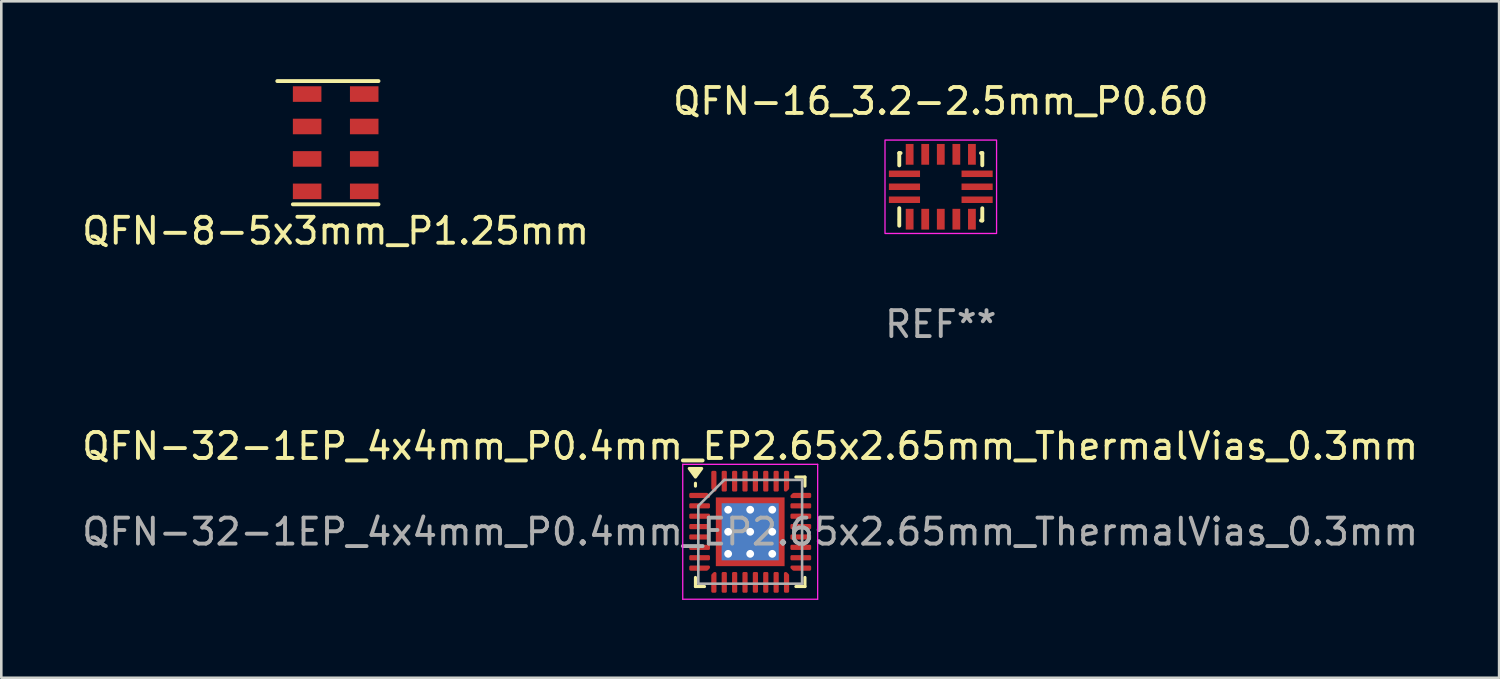
<source format=kicad_pcb>
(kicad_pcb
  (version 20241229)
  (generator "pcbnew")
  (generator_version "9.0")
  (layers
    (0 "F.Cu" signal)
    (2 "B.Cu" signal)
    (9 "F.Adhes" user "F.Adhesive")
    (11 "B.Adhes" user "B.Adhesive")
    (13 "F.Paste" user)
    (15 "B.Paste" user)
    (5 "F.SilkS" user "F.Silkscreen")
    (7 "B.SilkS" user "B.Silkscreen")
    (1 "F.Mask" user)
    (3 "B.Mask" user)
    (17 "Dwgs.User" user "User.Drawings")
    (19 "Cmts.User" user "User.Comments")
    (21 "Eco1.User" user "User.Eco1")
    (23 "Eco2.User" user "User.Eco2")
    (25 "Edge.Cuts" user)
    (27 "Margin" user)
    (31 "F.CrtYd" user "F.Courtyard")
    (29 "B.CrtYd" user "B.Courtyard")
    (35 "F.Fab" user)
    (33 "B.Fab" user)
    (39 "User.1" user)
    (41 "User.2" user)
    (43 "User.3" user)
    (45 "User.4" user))
  (footprint "QFN-8-5x3mm_P1.25mm"
    (layer "F.Cu")
    (at 9.887 2.45)
    (property "Reference" "QFN-8-5x3mm_P1.25mm" (at 0 3.4 0) (layer "F.SilkS") (effects (font (size 1 1) (thickness 0.15))))
    (attr through_hole)
    (fp_line (start -2.25 -2.375) (end 1.65 -2.375) (stroke (width 0.15) (type solid)) (layer "F.SilkS"))
    (fp_line (start -1.65 2.375) (end 1.65 2.375) (stroke (width 0.15) (type solid)) (layer "F.SilkS"))
    (pad "1" smd rect (at -1.1 -1.875) (size 1.1 0.6) (layers "F.Cu" "F.Mask" "F.Paste"))
    (pad "2" smd rect (at -1.1 -0.625) (size 1.1 0.6) (layers "F.Cu" "F.Mask" "F.Paste"))
    (pad "3" smd rect (at -1.1 0.625) (size 1.1 0.6) (layers "F.Cu" "F.Mask" "F.Paste"))
    (pad "4" smd rect (at -1.1 1.875) (size 1.1 0.6) (layers "F.Cu" "F.Mask" "F.Paste"))
    (pad "5" smd rect (at 1.1 1.875) (size 1.1 0.6) (layers "F.Cu" "F.Mask" "F.Paste"))
    (pad "6" smd rect (at 1.1 0.625) (size 1.1 0.6) (layers "F.Cu" "F.Mask" "F.Paste"))
    (pad "7" smd rect (at 1.1 -0.625) (size 1.1 0.6) (layers "F.Cu" "F.Mask" "F.Paste"))
    (pad "8" smd rect (at 1.1 -1.875) (size 1.1 0.6) (layers "F.Cu" "F.Mask" "F.Paste")))
  (footprint "QFN-16_3.2-2.5mm_P0.60"
    (layer "F.Cu")
    (at 33.208 4.148)
    (property "Reference" "QFN-16_3.2-2.5mm_P0.60" (at 0 -3.3 0) (layer "F.SilkS") (effects (font (size 1 1) (thickness 0.15))))
    (attr through_hole)
    (fp_line (start -1.6 -1.3) (end -1.6 -0.825) (stroke (width 0.15) (type solid)) (layer "F.SilkS"))
    (fp_line (start -1.6 0.825) (end -1.6 1.5) (stroke (width 0.15) (type solid)) (layer "F.SilkS"))
    (fp_line (start -1.55 -1.3) (end -1.6 -1.3) (stroke (width 0.15) (type solid)) (layer "F.SilkS"))
    (fp_line (start 1.55 1.3) (end 1.6 1.3) (stroke (width 0.15) (type solid)) (layer "F.SilkS"))
    (fp_line (start 1.6 -1.3) (end 1.55 -1.3) (stroke (width 0.15) (type solid)) (layer "F.SilkS"))
    (fp_line (start 1.6 -0.829) (end 1.6 -1.3) (stroke (width 0.15) (type solid)) (layer "F.SilkS"))
    (fp_line (start 1.6 1.3) (end 1.6 0.829) (stroke (width 0.15) (type solid)) (layer "F.SilkS"))
    (fp_circle (center -1.6 1.25) (end -1.57 1.25) (stroke (width 0.06) (type solid)) (fill no) (layer "F.SilkS"))
    (fp_rect (start -2.15 -1.8) (end 2.15 1.8) (stroke (width 0.05) (type solid)) (fill no) (layer "F.CrtYd"))
    (fp_text user "REF**" (at 0 5.3 0) (layer "F.Fab") (effects (font (size 1 1) (thickness 0.15))))
    (pad "1" smd rect (at -1.2 1.25 270) (size 0.8 0.3) (layers "F.Cu" "F.Mask" "F.Paste"))
    (pad "2" smd rect (at -0.6 1.25 90) (size 0.8 0.3) (layers "F.Cu" "F.Mask" "F.Paste"))
    (pad "3" smd rect (at 0 1.25 90) (size 0.8 0.3) (layers "F.Cu" "F.Mask" "F.Paste"))
    (pad "4" smd rect (at 0.6 1.25 90) (size 0.8 0.3) (layers "F.Cu" "F.Mask" "F.Paste"))
    (pad "5" smd rect (at 1.2 1.25 270) (size 0.8 0.3) (layers "F.Cu" "F.Mask" "F.Paste"))
    (pad "6" smd rect (at 1.4 0.5) (size 1.2 0.25) (layers "F.Cu" "F.Mask" "F.Paste"))
    (pad "7" smd rect (at 1.4 0) (size 1.2 0.25) (layers "F.Cu" "F.Mask" "F.Paste"))
    (pad "8" smd rect (at 1.4 -0.5 180) (size 1.2 0.25) (layers "F.Cu" "F.Mask" "F.Paste"))
    (pad "9" smd rect (at 1.2 -1.25 90) (size 0.8 0.3) (layers "F.Cu" "F.Mask" "F.Paste"))
    (pad "10" smd rect (at 0.6 -1.25 270) (size 0.8 0.3) (layers "F.Cu" "F.Mask" "F.Paste"))
    (pad "11" smd rect (at 0 -1.25 270) (size 0.8 0.3) (layers "F.Cu" "F.Mask" "F.Paste"))
    (pad "12" smd rect (at -0.6 -1.25 270) (size 0.8 0.3) (layers "F.Cu" "F.Mask" "F.Paste"))
    (pad "13" smd rect (at -1.2 -1.25 270) (size 0.8 0.3) (layers "F.Cu" "F.Mask" "F.Paste"))
    (pad "14" smd rect (at -1.4 -0.5) (size 1.2 0.25) (layers "F.Cu" "F.Mask" "F.Paste"))
    (pad "15" smd rect (at -1.4 0) (size 1.2 0.25) (layers "F.Cu" "F.Mask" "F.Paste"))
    (pad "16" smd rect (at -1.4 0.5) (size 1.2 0.25) (layers "F.Cu" "F.Mask" "F.Paste")))
  (footprint "QFN-32-1EP_4x4mm_P0.4mm_EP2.65x2.65mm_ThermalVias_0.3mm"
    (layer "F.Cu")
    (at 25.863 17.445)
    (property "Reference" "QFN-32-1EP_4x4mm_P0.4mm_EP2.65x2.65mm_ThermalVias_0.3mm" (at 0 -3.3 0) (layer "F.SilkS") (effects (font (size 1 1) (thickness 0.15))))
    (attr smd)
    (fp_line (start -2.11 -1.76) (end -2.11 -1.87) (stroke (width 0.12) (type solid)) (layer "F.SilkS"))
    (fp_line (start -2.11 2.11) (end -2.11 1.76) (stroke (width 0.12) (type solid)) (layer "F.SilkS"))
    (fp_line (start -1.76 2.11) (end -2.11 2.11) (stroke (width 0.12) (type solid)) (layer "F.SilkS"))
    (fp_line (start 1.76 -2.11) (end 2.11 -2.11) (stroke (width 0.12) (type solid)) (layer "F.SilkS"))
    (fp_line (start 1.76 2.11) (end 2.11 2.11) (stroke (width 0.12) (type solid)) (layer "F.SilkS"))
    (fp_line (start 2.11 -2.11) (end 2.11 -1.76) (stroke (width 0.12) (type solid)) (layer "F.SilkS"))
    (fp_line (start 2.11 2.11) (end 2.11 1.76) (stroke (width 0.12) (type solid)) (layer "F.SilkS"))
    (fp_poly (pts (xy -2.11 -2.11) (xy -2.35 -2.44) (xy -1.87 -2.44) (xy -2.11 -2.11)) (stroke (width 0.12) (type solid)) (fill yes) (layer "F.SilkS"))
    (fp_line (start -2.6 -2.6) (end -2.6 2.6) (stroke (width 0.05) (type solid)) (layer "F.CrtYd"))
    (fp_line (start -2.6 2.6) (end 2.6 2.6) (stroke (width 0.05) (type solid)) (layer "F.CrtYd"))
    (fp_line (start 2.6 -2.6) (end -2.6 -2.6) (stroke (width 0.05) (type solid)) (layer "F.CrtYd"))
    (fp_line (start 2.6 2.6) (end 2.6 -2.6) (stroke (width 0.05) (type solid)) (layer "F.CrtYd"))
    (fp_line (start -2 -1) (end -1 -2) (stroke (width 0.1) (type solid)) (layer "F.Fab"))
    (fp_line (start -2 2) (end -2 -1) (stroke (width 0.1) (type solid)) (layer "F.Fab"))
    (fp_line (start -1 -2) (end 2 -2) (stroke (width 0.1) (type solid)) (layer "F.Fab"))
    (fp_line (start 2 -2) (end 2 2) (stroke (width 0.1) (type solid)) (layer "F.Fab"))
    (fp_line (start 2 2) (end -2 2) (stroke (width 0.1) (type solid)) (layer "F.Fab"))
    (fp_text user "${REFERENCE}" (at 0 0 0) (layer "F.Fab") (effects (font (size 1 1) (thickness 0.15))))
    (pad "" smd custom (at -1.087 -1.087) (size 0.248 0.248) (layers "F.Paste") (options (anchor circle)) (primitives (gr_poly (pts (xy -0.096 -0.096) (xy 0.096 -0.096) (xy 0.096 -0.039) (xy -0.039 0.096) (xy -0.096 0.096)) (width 0.191) (fill yes))))
    (pad "" smd custom (at -1.087 -0.425) (size 0.274 0.274) (layers "F.Paste") (options (anchor circle)) (primitives (gr_poly (pts (xy -0.096 -0.247) (xy -0.003 -0.247) (xy 0.096 -0.149) (xy 0.096 0.149) (xy -0.003 0.247) (xy -0.096 0.247)) (width 0.191) (fill yes))))
    (pad "" smd custom (at -1.087 0.425) (size 0.274 0.274) (layers "F.Paste") (options (anchor circle)) (primitives (gr_poly (pts (xy -0.096 -0.247) (xy -0.003 -0.247) (xy 0.096 -0.149) (xy 0.096 0.149) (xy -0.003 0.247) (xy -0.096 0.247)) (width 0.191) (fill yes))))
    (pad "" smd custom (at -1.087 1.087) (size 0.248 0.248) (layers "F.Paste") (options (anchor circle)) (primitives (gr_poly (pts (xy -0.096 -0.096) (xy -0.039 -0.096) (xy 0.096 0.039) (xy 0.096 0.096) (xy -0.096 0.096)) (width 0.191) (fill yes))))
    (pad "" smd custom (at -0.425 -1.087) (size 0.274 0.274) (layers "F.Paste") (options (anchor circle)) (primitives (gr_poly (pts (xy -0.247 -0.096) (xy 0.247 -0.096) (xy 0.247 -0.003) (xy 0.149 0.096) (xy -0.149 0.096) (xy -0.247 -0.003)) (width 0.191) (fill yes))))
    (pad "" smd custom (at -0.425 -0.425) (size 0.602 0.602) (layers "F.Paste") (options (anchor circle)) (primitives (gr_poly (pts (xy -0.259 -0.19) (xy -0.19 -0.259) (xy 0.19 -0.259) (xy 0.259 -0.19) (xy 0.259 0.19) (xy 0.19 0.259) (xy -0.19 0.259) (xy -0.259 0.19)) (width 0.167) (fill yes))))
    (pad "" smd custom (at -0.425 0.425) (size 0.602 0.602) (layers "F.Paste") (options (anchor circle)) (primitives (gr_poly (pts (xy -0.259 -0.19) (xy -0.19 -0.259) (xy 0.19 -0.259) (xy 0.259 -0.19) (xy 0.259 0.19) (xy 0.19 0.259) (xy -0.19 0.259) (xy -0.259 0.19)) (width 0.167) (fill yes))))
    (pad "" smd custom (at -0.425 1.087) (size 0.274 0.274) (layers "F.Paste") (options (anchor circle)) (primitives (gr_poly (pts (xy -0.247 0.003) (xy -0.149 -0.096) (xy 0.149 -0.096) (xy 0.247 0.003) (xy 0.247 0.096) (xy -0.247 0.096)) (width 0.191) (fill yes))))
    (pad "" smd custom (at 0.425 -1.087) (size 0.274 0.274) (layers "F.Paste") (options (anchor circle)) (primitives (gr_poly (pts (xy -0.247 -0.096) (xy 0.247 -0.096) (xy 0.247 -0.003) (xy 0.149 0.096) (xy -0.149 0.096) (xy -0.247 -0.003)) (width 0.191) (fill yes))))
    (pad "" smd custom (at 0.425 -0.425) (size 0.602 0.602) (layers "F.Paste") (options (anchor circle)) (primitives (gr_poly (pts (xy -0.259 -0.19) (xy -0.19 -0.259) (xy 0.19 -0.259) (xy 0.259 -0.19) (xy 0.259 0.19) (xy 0.19 0.259) (xy -0.19 0.259) (xy -0.259 0.19)) (width 0.167) (fill yes))))
    (pad "" smd custom (at 0.425 0.425) (size 0.602 0.602) (layers "F.Paste") (options (anchor circle)) (primitives (gr_poly (pts (xy -0.259 -0.19) (xy -0.19 -0.259) (xy 0.19 -0.259) (xy 0.259 -0.19) (xy 0.259 0.19) (xy 0.19 0.259) (xy -0.19 0.259) (xy -0.259 0.19)) (width 0.167) (fill yes))))
    (pad "" smd custom (at 0.425 1.087) (size 0.274 0.274) (layers "F.Paste") (options (anchor circle)) (primitives (gr_poly (pts (xy -0.247 0.003) (xy -0.149 -0.096) (xy 0.149 -0.096) (xy 0.247 0.003) (xy 0.247 0.096) (xy -0.247 0.096)) (width 0.191) (fill yes))))
    (pad "" smd custom (at 1.087 -1.087) (size 0.248 0.248) (layers "F.Paste") (options (anchor circle)) (primitives (gr_poly (pts (xy -0.096 -0.096) (xy 0.096 -0.096) (xy 0.096 0.096) (xy 0.039 0.096) (xy -0.096 -0.039)) (width 0.191) (fill yes))))
    (pad "" smd custom (at 1.087 -0.425) (size 0.274 0.274) (layers "F.Paste") (options (anchor circle)) (primitives (gr_poly (pts (xy -0.096 -0.149) (xy 0.003 -0.247) (xy 0.096 -0.247) (xy 0.096 0.247) (xy 0.003 0.247) (xy -0.096 0.149)) (width 0.191) (fill yes))))
    (pad "" smd custom (at 1.087 0.425) (size 0.274 0.274) (layers "F.Paste") (options (anchor circle)) (primitives (gr_poly (pts (xy -0.096 -0.149) (xy 0.003 -0.247) (xy 0.096 -0.247) (xy 0.096 0.247) (xy 0.003 0.247) (xy -0.096 0.149)) (width 0.191) (fill yes))))
    (pad "" smd custom (at 1.087 1.087) (size 0.248 0.248) (layers "F.Paste") (options (anchor circle)) (primitives (gr_poly (pts (xy -0.096 0.039) (xy 0.039 -0.096) (xy 0.096 -0.096) (xy 0.096 0.096) (xy -0.096 0.096)) (width 0.191) (fill yes))))
    (pad "1" smd custom (at -1.95 -1.4) (size 0.129 0.129) (layers "F.Cu" "F.Mask" "F.Paste") (options (anchor circle)) (primitives (gr_poly (pts (xy -0.35 -0.05) (xy 0.279 -0.05) (xy 0.35 0.021) (xy 0.35 0.05) (xy -0.35 0.05)) (width 0.1) (fill yes))))
    (pad "2" smd roundrect (at -1.95 -1) (size 0.8 0.2) (layers "F.Cu" "F.Mask" "F.Paste") (roundrect_rratio 0.25))
    (pad "3" smd roundrect (at -1.95 -0.6) (size 0.8 0.2) (layers "F.Cu" "F.Mask" "F.Paste") (roundrect_rratio 0.25))
    (pad "4" smd roundrect (at -1.95 -0.2) (size 0.8 0.2) (layers "F.Cu" "F.Mask" "F.Paste") (roundrect_rratio 0.25))
    (pad "5" smd roundrect (at -1.95 0.2) (size 0.8 0.2) (layers "F.Cu" "F.Mask" "F.Paste") (roundrect_rratio 0.25))
    (pad "6" smd roundrect (at -1.95 0.6) (size 0.8 0.2) (layers "F.Cu" "F.Mask" "F.Paste") (roundrect_rratio 0.25))
    (pad "7" smd roundrect (at -1.95 1) (size 0.8 0.2) (layers "F.Cu" "F.Mask" "F.Paste") (roundrect_rratio 0.25))
    (pad "8" smd custom (at -1.95 1.4) (size 0.129 0.129) (layers "F.Cu" "F.Mask" "F.Paste") (options (anchor circle)) (primitives (gr_poly (pts (xy -0.35 -0.05) (xy 0.35 -0.05) (xy 0.35 -0.021) (xy 0.279 0.05) (xy -0.35 0.05)) (width 0.1) (fill yes))))
    (pad "9" smd custom (at -1.4 1.95) (size 0.129 0.129) (layers "F.Cu" "F.Mask" "F.Paste") (options (anchor circle)) (primitives (gr_poly (pts (xy -0.05 -0.279) (xy 0.021 -0.35) (xy 0.05 -0.35) (xy 0.05 0.35) (xy -0.05 0.35)) (width 0.1) (fill yes))))
    (pad "10" smd roundrect (at -1 1.95) (size 0.2 0.8) (layers "F.Cu" "F.Mask" "F.Paste") (roundrect_rratio 0.25))
    (pad "11" smd roundrect (at -0.6 1.95) (size 0.2 0.8) (layers "F.Cu" "F.Mask" "F.Paste") (roundrect_rratio 0.25))
    (pad "12" smd roundrect (at -0.2 1.95) (size 0.2 0.8) (layers "F.Cu" "F.Mask" "F.Paste") (roundrect_rratio 0.25))
    (pad "13" smd roundrect (at 0.2 1.95) (size 0.2 0.8) (layers "F.Cu" "F.Mask" "F.Paste") (roundrect_rratio 0.25))
    (pad "14" smd roundrect (at 0.6 1.95) (size 0.2 0.8) (layers "F.Cu" "F.Mask" "F.Paste") (roundrect_rratio 0.25))
    (pad "15" smd roundrect (at 1 1.95) (size 0.2 0.8) (layers "F.Cu" "F.Mask" "F.Paste") (roundrect_rratio 0.25))
    (pad "16" smd custom (at 1.4 1.95) (size 0.129 0.129) (layers "F.Cu" "F.Mask" "F.Paste") (options (anchor circle)) (primitives (gr_poly (pts (xy -0.05 -0.35) (xy -0.021 -0.35) (xy 0.05 -0.279) (xy 0.05 0.35) (xy -0.05 0.35)) (width 0.1) (fill yes))))
    (pad "17" smd custom (at 1.95 1.4) (size 0.129 0.129) (layers "F.Cu" "F.Mask" "F.Paste") (options (anchor circle)) (primitives (gr_poly (pts (xy -0.35 -0.05) (xy 0.35 -0.05) (xy 0.35 0.05) (xy -0.279 0.05) (xy -0.35 -0.021)) (width 0.1) (fill yes))))
    (pad "18" smd roundrect (at 1.95 1) (size 0.8 0.2) (layers "F.Cu" "F.Mask" "F.Paste") (roundrect_rratio 0.25))
    (pad "19" smd roundrect (at 1.95 0.6) (size 0.8 0.2) (layers "F.Cu" "F.Mask" "F.Paste") (roundrect_rratio 0.25))
    (pad "20" smd roundrect (at 1.95 0.2) (size 0.8 0.2) (layers "F.Cu" "F.Mask" "F.Paste") (roundrect_rratio 0.25))
    (pad "21" smd roundrect (at 1.95 -0.2) (size 0.8 0.2) (layers "F.Cu" "F.Mask" "F.Paste") (roundrect_rratio 0.25))
    (pad "22" smd roundrect (at 1.95 -0.6) (size 0.8 0.2) (layers "F.Cu" "F.Mask" "F.Paste") (roundrect_rratio 0.25))
    (pad "23" smd roundrect (at 1.95 -1) (size 0.8 0.2) (layers "F.Cu" "F.Mask" "F.Paste") (roundrect_rratio 0.25))
    (pad "24" smd custom (at 1.95 -1.4) (size 0.129 0.129) (layers "F.Cu" "F.Mask" "F.Paste") (options (anchor circle)) (primitives (gr_poly (pts (xy -0.35 0.021) (xy -0.279 -0.05) (xy 0.35 -0.05) (xy 0.35 0.05) (xy -0.35 0.05)) (width 0.1) (fill yes))))
    (pad "25" smd custom (at 1.4 -1.95) (size 0.129 0.129) (layers "F.Cu" "F.Mask" "F.Paste") (options (anchor circle)) (primitives (gr_poly (pts (xy -0.05 -0.35) (xy 0.05 -0.35) (xy 0.05 0.279) (xy -0.021 0.35) (xy -0.05 0.35)) (width 0.1) (fill yes))))
    (pad "26" smd roundrect (at 1 -1.95) (size 0.2 0.8) (layers "F.Cu" "F.Mask" "F.Paste") (roundrect_rratio 0.25))
    (pad "27" smd roundrect (at 0.6 -1.95) (size 0.2 0.8) (layers "F.Cu" "F.Mask" "F.Paste") (roundrect_rratio 0.25))
    (pad "28" smd roundrect (at 0.2 -1.95) (size 0.2 0.8) (layers "F.Cu" "F.Mask" "F.Paste") (roundrect_rratio 0.25))
    (pad "29" smd roundrect (at -0.2 -1.95) (size 0.2 0.8) (layers "F.Cu" "F.Mask" "F.Paste") (roundrect_rratio 0.25))
    (pad "30" smd roundrect (at -0.6 -1.95) (size 0.2 0.8) (layers "F.Cu" "F.Mask" "F.Paste") (roundrect_rratio 0.25))
    (pad "31" smd roundrect (at -1 -1.95) (size 0.2 0.8) (layers "F.Cu" "F.Mask" "F.Paste") (roundrect_rratio 0.25))
    (pad "32" smd custom (at -1.4 -1.95) (size 0.129 0.129) (layers "F.Cu" "F.Mask" "F.Paste") (options (anchor circle)) (primitives (gr_poly (pts (xy -0.05 -0.35) (xy 0.05 -0.35) (xy 0.05 0.35) (xy 0.021 0.35) (xy -0.05 0.279)) (width 0.1) (fill yes))))
    (pad "33" thru_hole circle (at -0.85 -0.85) (size 0.45 0.45) (drill 0.3) (property pad_prop_heatsink) (layers "*.Cu"))
    (pad "33" thru_hole circle (at -0.85 0) (size 0.45 0.45) (drill 0.3) (property pad_prop_heatsink) (layers "*.Cu"))
    (pad "33" thru_hole circle (at -0.85 0.85) (size 0.45 0.45) (drill 0.3) (property pad_prop_heatsink) (layers "*.Cu"))
    (pad "33" thru_hole circle (at 0 -0.85) (size 0.45 0.45) (drill 0.3) (property pad_prop_heatsink) (layers "*.Cu"))
    (pad "33" thru_hole circle (at 0 0) (size 0.45 0.45) (drill 0.3) (property pad_prop_heatsink) (layers "*.Cu"))
    (pad "33" smd rect (at 0 0) (size 2.2 2.2) (property pad_prop_heatsink) (layers "B.Cu"))
    (pad "33" smd rect (at 0 0) (size 2.65 2.65) (property pad_prop_heatsink) (layers "F.Cu" "F.Mask"))
    (pad "33" thru_hole circle (at 0 0.85) (size 0.45 0.45) (drill 0.3) (property pad_prop_heatsink) (layers "*.Cu"))
    (pad "33" thru_hole circle (at 0.85 -0.85) (size 0.45 0.45) (drill 0.3) (property pad_prop_heatsink) (layers "*.Cu"))
    (pad "33" thru_hole circle (at 0.85 0) (size 0.45 0.45) (drill 0.3) (property pad_prop_heatsink) (layers "*.Cu"))
    (pad "33" thru_hole circle (at 0.85 0.85) (size 0.45 0.45) (drill 0.3) (property pad_prop_heatsink) (layers "*.Cu")))
  (gr_rect
    (start -3 -3)
    (end 54.726 23.07)
    (stroke (width 0.1) (type default))
    (fill no)
    (layer "Edge.Cuts")))
</source>
